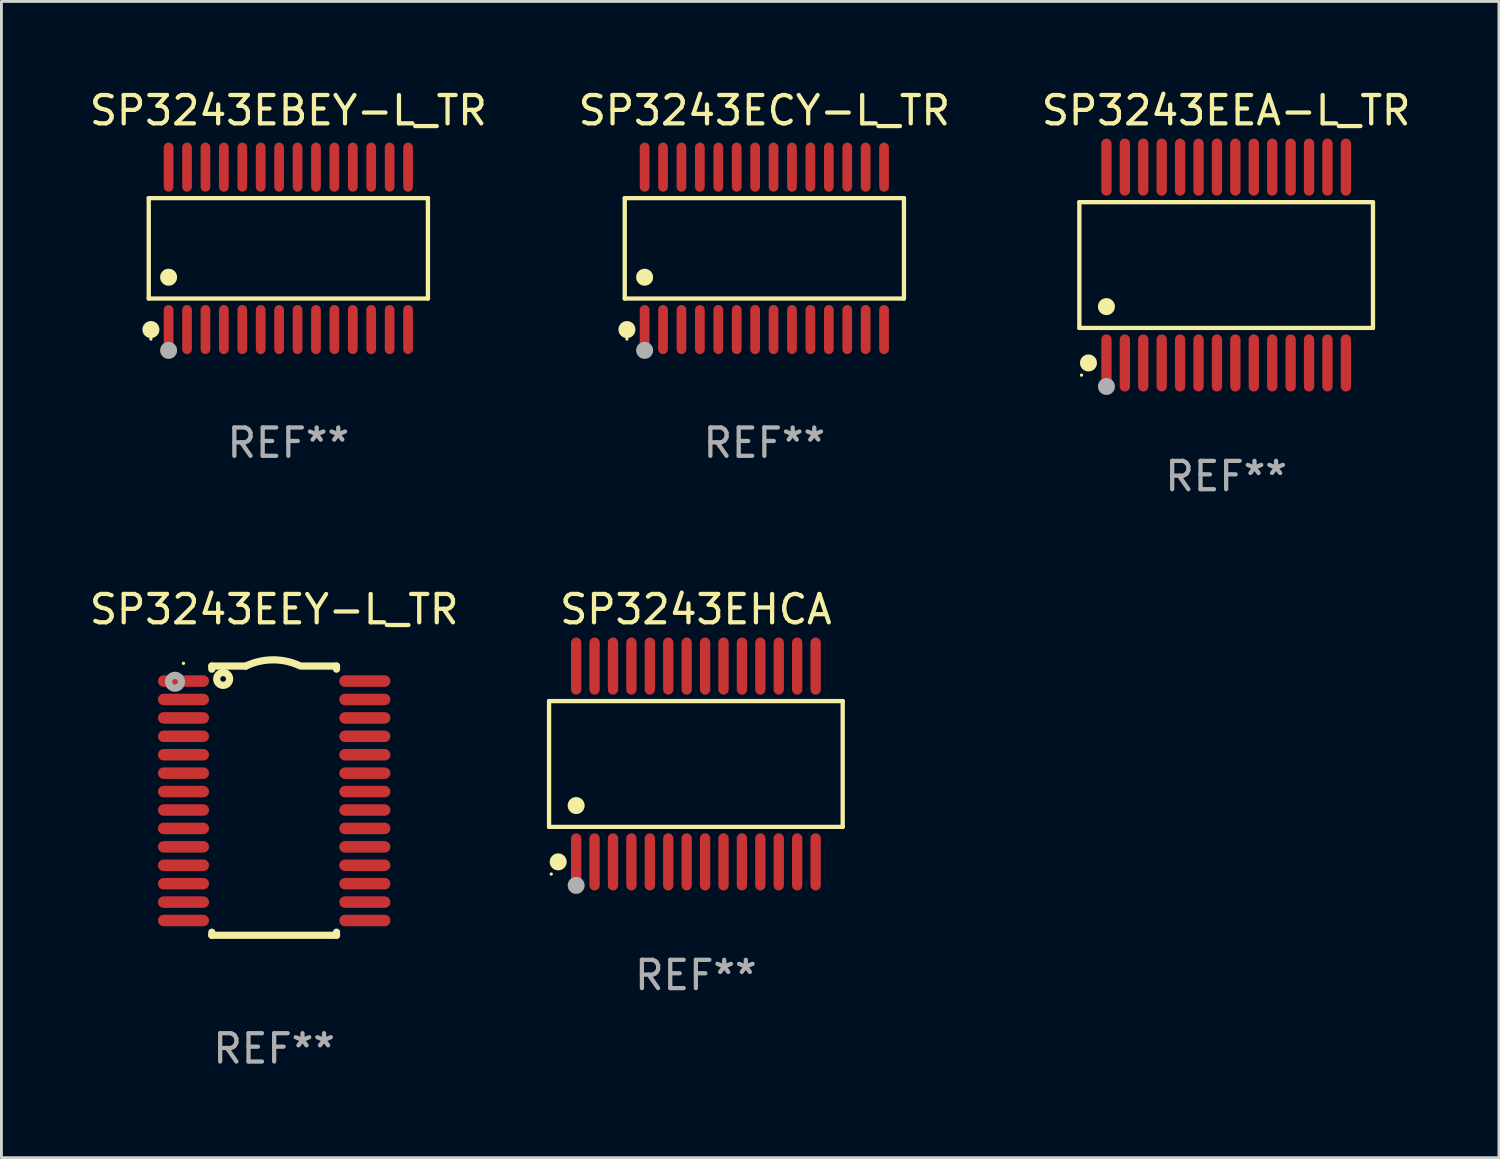
<source format=kicad_pcb>
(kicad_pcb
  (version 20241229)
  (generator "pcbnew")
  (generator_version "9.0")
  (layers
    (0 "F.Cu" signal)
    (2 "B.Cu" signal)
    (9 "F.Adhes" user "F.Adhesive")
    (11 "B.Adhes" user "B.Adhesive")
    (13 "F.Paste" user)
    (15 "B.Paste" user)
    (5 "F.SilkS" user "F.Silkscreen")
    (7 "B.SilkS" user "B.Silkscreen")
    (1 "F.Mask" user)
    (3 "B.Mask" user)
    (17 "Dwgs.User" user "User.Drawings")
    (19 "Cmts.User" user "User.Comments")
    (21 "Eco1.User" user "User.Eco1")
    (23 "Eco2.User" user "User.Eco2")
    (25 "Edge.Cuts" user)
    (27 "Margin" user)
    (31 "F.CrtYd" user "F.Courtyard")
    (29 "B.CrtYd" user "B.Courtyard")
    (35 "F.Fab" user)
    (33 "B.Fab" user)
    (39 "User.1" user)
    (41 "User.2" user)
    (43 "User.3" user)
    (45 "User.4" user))
  (footprint "SP3243EEA-L_TR"
    (layer "F.Cu")
    (at 40.22 6.303)
    (property "Reference" "SP3243EEA-L_TR" (at 0 -5.455 0) (layer "F.SilkS") (effects (font (size 1 1) (thickness 0.15))))
    (attr through_hole)
    (fp_line (start -5.181 -2.219) (end 5.181 -2.219) (stroke (width 0.152) (type solid)) (layer "F.SilkS"))
    (fp_line (start -5.181 2.219) (end -5.181 -2.219) (stroke (width 0.152) (type solid)) (layer "F.SilkS"))
    (fp_line (start 5.181 -2.219) (end 5.181 2.219) (stroke (width 0.152) (type solid)) (layer "F.SilkS"))
    (fp_line (start 5.181 2.219) (end -5.181 2.219) (stroke (width 0.152) (type solid)) (layer "F.SilkS"))
    (fp_circle (center -5.105 3.885) (end -5.075 3.885) (stroke (width 0.06) (type solid)) (fill no) (layer "F.SilkS"))
    (fp_circle (center -4.859 3.455) (end -4.709 3.455) (stroke (width 0.3) (type solid)) (fill no) (layer "F.SilkS"))
    (fp_circle (center -4.225 1.467) (end -4.075 1.467) (stroke (width 0.3) (type solid)) (fill no) (layer "F.SilkS"))
    (fp_circle (center -4.225 4.285) (end -4.075 4.285) (stroke (width 0.3) (type solid)) (fill no) (layer "F.Fab"))
    (fp_text user "REF**" (at 0 7.455 0) (layer "F.Fab") (effects (font (size 1 1) (thickness 0.15))))
    (pad "1" smd oval (at -4.225 3.455) (size 0.364 2.015) (layers "F.Cu" "F.Mask" "F.Paste"))
    (pad "2" smd oval (at -3.575 3.455) (size 0.364 2.015) (layers "F.Cu" "F.Mask" "F.Paste"))
    (pad "3" smd oval (at -2.925 3.455) (size 0.364 2.015) (layers "F.Cu" "F.Mask" "F.Paste"))
    (pad "4" smd oval (at -2.275 3.455) (size 0.364 2.015) (layers "F.Cu" "F.Mask" "F.Paste"))
    (pad "5" smd oval (at -1.625 3.455) (size 0.364 2.015) (layers "F.Cu" "F.Mask" "F.Paste"))
    (pad "6" smd oval (at -0.975 3.455) (size 0.364 2.015) (layers "F.Cu" "F.Mask" "F.Paste"))
    (pad "7" smd oval (at -0.325 3.455) (size 0.364 2.015) (layers "F.Cu" "F.Mask" "F.Paste"))
    (pad "8" smd oval (at 0.325 3.455) (size 0.364 2.015) (layers "F.Cu" "F.Mask" "F.Paste"))
    (pad "9" smd oval (at 0.975 3.455) (size 0.364 2.015) (layers "F.Cu" "F.Mask" "F.Paste"))
    (pad "10" smd oval (at 1.625 3.455) (size 0.364 2.015) (layers "F.Cu" "F.Mask" "F.Paste"))
    (pad "11" smd oval (at 2.275 3.455) (size 0.364 2.015) (layers "F.Cu" "F.Mask" "F.Paste"))
    (pad "12" smd oval (at 2.925 3.455) (size 0.364 2.015) (layers "F.Cu" "F.Mask" "F.Paste"))
    (pad "13" smd oval (at 3.575 3.455) (size 0.364 2.015) (layers "F.Cu" "F.Mask" "F.Paste"))
    (pad "14" smd oval (at 4.225 3.455) (size 0.364 2.015) (layers "F.Cu" "F.Mask" "F.Paste"))
    (pad "15" smd oval (at 4.225 -3.455) (size 0.364 2.015) (layers "F.Cu" "F.Mask" "F.Paste"))
    (pad "16" smd oval (at 3.575 -3.455) (size 0.364 2.015) (layers "F.Cu" "F.Mask" "F.Paste"))
    (pad "17" smd oval (at 2.925 -3.455) (size 0.364 2.015) (layers "F.Cu" "F.Mask" "F.Paste"))
    (pad "18" smd oval (at 2.275 -3.455) (size 0.364 2.015) (layers "F.Cu" "F.Mask" "F.Paste"))
    (pad "19" smd oval (at 1.625 -3.455) (size 0.364 2.015) (layers "F.Cu" "F.Mask" "F.Paste"))
    (pad "20" smd oval (at 0.975 -3.455) (size 0.364 2.015) (layers "F.Cu" "F.Mask" "F.Paste"))
    (pad "21" smd oval (at 0.325 -3.455) (size 0.364 2.015) (layers "F.Cu" "F.Mask" "F.Paste"))
    (pad "22" smd oval (at -0.325 -3.455) (size 0.364 2.015) (layers "F.Cu" "F.Mask" "F.Paste"))
    (pad "23" smd oval (at -0.975 -3.455) (size 0.364 2.015) (layers "F.Cu" "F.Mask" "F.Paste"))
    (pad "24" smd oval (at -1.625 -3.455) (size 0.364 2.015) (layers "F.Cu" "F.Mask" "F.Paste"))
    (pad "25" smd oval (at -2.275 -3.455) (size 0.364 2.015) (layers "F.Cu" "F.Mask" "F.Paste"))
    (pad "26" smd oval (at -2.925 -3.455) (size 0.364 2.015) (layers "F.Cu" "F.Mask" "F.Paste"))
    (pad "27" smd oval (at -3.575 -3.455) (size 0.364 2.015) (layers "F.Cu" "F.Mask" "F.Paste"))
    (pad "28" smd oval (at -4.225 -3.455) (size 0.364 2.015) (layers "F.Cu" "F.Mask" "F.Paste")))
  (footprint "SP3243EHCA"
    (layer "F.Cu")
    (at 21.507 23.91)
    (property "Reference" "SP3243EHCA" (at 0 -5.455 0) (layer "F.SilkS") (effects (font (size 1 1) (thickness 0.15))))
    (attr through_hole)
    (fp_line (start -5.181 -2.219) (end 5.181 -2.219) (stroke (width 0.152) (type solid)) (layer "F.SilkS"))
    (fp_line (start -5.181 2.219) (end -5.181 -2.219) (stroke (width 0.152) (type solid)) (layer "F.SilkS"))
    (fp_line (start 5.181 -2.219) (end 5.181 2.219) (stroke (width 0.152) (type solid)) (layer "F.SilkS"))
    (fp_line (start 5.181 2.219) (end -5.181 2.219) (stroke (width 0.152) (type solid)) (layer "F.SilkS"))
    (fp_circle (center -5.105 3.885) (end -5.075 3.885) (stroke (width 0.06) (type solid)) (fill no) (layer "F.SilkS"))
    (fp_circle (center -4.859 3.455) (end -4.709 3.455) (stroke (width 0.3) (type solid)) (fill no) (layer "F.SilkS"))
    (fp_circle (center -4.225 1.467) (end -4.075 1.467) (stroke (width 0.3) (type solid)) (fill no) (layer "F.SilkS"))
    (fp_circle (center -4.225 4.285) (end -4.075 4.285) (stroke (width 0.3) (type solid)) (fill no) (layer "F.Fab"))
    (fp_text user "REF**" (at 0 7.455 0) (layer "F.Fab") (effects (font (size 1 1) (thickness 0.15))))
    (pad "1" smd oval (at -4.225 3.455) (size 0.364 2.015) (layers "F.Cu" "F.Mask" "F.Paste"))
    (pad "2" smd oval (at -3.575 3.455) (size 0.364 2.015) (layers "F.Cu" "F.Mask" "F.Paste"))
    (pad "3" smd oval (at -2.925 3.455) (size 0.364 2.015) (layers "F.Cu" "F.Mask" "F.Paste"))
    (pad "4" smd oval (at -2.275 3.455) (size 0.364 2.015) (layers "F.Cu" "F.Mask" "F.Paste"))
    (pad "5" smd oval (at -1.625 3.455) (size 0.364 2.015) (layers "F.Cu" "F.Mask" "F.Paste"))
    (pad "6" smd oval (at -0.975 3.455) (size 0.364 2.015) (layers "F.Cu" "F.Mask" "F.Paste"))
    (pad "7" smd oval (at -0.325 3.455) (size 0.364 2.015) (layers "F.Cu" "F.Mask" "F.Paste"))
    (pad "8" smd oval (at 0.325 3.455) (size 0.364 2.015) (layers "F.Cu" "F.Mask" "F.Paste"))
    (pad "9" smd oval (at 0.975 3.455) (size 0.364 2.015) (layers "F.Cu" "F.Mask" "F.Paste"))
    (pad "10" smd oval (at 1.625 3.455) (size 0.364 2.015) (layers "F.Cu" "F.Mask" "F.Paste"))
    (pad "11" smd oval (at 2.275 3.455) (size 0.364 2.015) (layers "F.Cu" "F.Mask" "F.Paste"))
    (pad "12" smd oval (at 2.925 3.455) (size 0.364 2.015) (layers "F.Cu" "F.Mask" "F.Paste"))
    (pad "13" smd oval (at 3.575 3.455) (size 0.364 2.015) (layers "F.Cu" "F.Mask" "F.Paste"))
    (pad "14" smd oval (at 4.225 3.455) (size 0.364 2.015) (layers "F.Cu" "F.Mask" "F.Paste"))
    (pad "15" smd oval (at 4.225 -3.455) (size 0.364 2.015) (layers "F.Cu" "F.Mask" "F.Paste"))
    (pad "16" smd oval (at 3.575 -3.455) (size 0.364 2.015) (layers "F.Cu" "F.Mask" "F.Paste"))
    (pad "17" smd oval (at 2.925 -3.455) (size 0.364 2.015) (layers "F.Cu" "F.Mask" "F.Paste"))
    (pad "18" smd oval (at 2.275 -3.455) (size 0.364 2.015) (layers "F.Cu" "F.Mask" "F.Paste"))
    (pad "19" smd oval (at 1.625 -3.455) (size 0.364 2.015) (layers "F.Cu" "F.Mask" "F.Paste"))
    (pad "20" smd oval (at 0.975 -3.455) (size 0.364 2.015) (layers "F.Cu" "F.Mask" "F.Paste"))
    (pad "21" smd oval (at 0.325 -3.455) (size 0.364 2.015) (layers "F.Cu" "F.Mask" "F.Paste"))
    (pad "22" smd oval (at -0.325 -3.455) (size 0.364 2.015) (layers "F.Cu" "F.Mask" "F.Paste"))
    (pad "23" smd oval (at -0.975 -3.455) (size 0.364 2.015) (layers "F.Cu" "F.Mask" "F.Paste"))
    (pad "24" smd oval (at -1.625 -3.455) (size 0.364 2.015) (layers "F.Cu" "F.Mask" "F.Paste"))
    (pad "25" smd oval (at -2.275 -3.455) (size 0.364 2.015) (layers "F.Cu" "F.Mask" "F.Paste"))
    (pad "26" smd oval (at -2.925 -3.455) (size 0.364 2.015) (layers "F.Cu" "F.Mask" "F.Paste"))
    (pad "27" smd oval (at -3.575 -3.455) (size 0.364 2.015) (layers "F.Cu" "F.Mask" "F.Paste"))
    (pad "28" smd oval (at -4.225 -3.455) (size 0.364 2.015) (layers "F.Cu" "F.Mask" "F.Paste")))
  (footprint "SP3243EBEY-L_TR"
    (layer "F.Cu")
    (at 7.125 5.714)
    (property "Reference" "SP3243EBEY-L_TR" (at 0 -4.866 0) (layer "F.SilkS") (effects (font (size 1 1) (thickness 0.15))))
    (attr through_hole)
    (fp_line (start -4.926 -1.772) (end 4.926 -1.772) (stroke (width 0.152) (type solid)) (layer "F.SilkS"))
    (fp_line (start -4.926 1.771) (end -4.926 -1.772) (stroke (width 0.152) (type solid)) (layer "F.SilkS"))
    (fp_line (start 4.926 -1.772) (end 4.926 1.771) (stroke (width 0.152) (type solid)) (layer "F.SilkS"))
    (fp_line (start 4.926 1.771) (end -4.926 1.771) (stroke (width 0.152) (type solid)) (layer "F.SilkS"))
    (fp_circle (center -4.85 3.2) (end -4.82 3.2) (stroke (width 0.06) (type solid)) (fill no) (layer "F.SilkS"))
    (fp_circle (center -4.849 2.866) (end -4.699 2.866) (stroke (width 0.3) (type solid)) (fill no) (layer "F.SilkS"))
    (fp_circle (center -4.225 1.019) (end -4.075 1.019) (stroke (width 0.3) (type solid)) (fill no) (layer "F.SilkS"))
    (fp_circle (center -4.225 3.6) (end -4.075 3.6) (stroke (width 0.3) (type solid)) (fill no) (layer "F.Fab"))
    (fp_text user "REF**" (at 0 6.866 0) (layer "F.Fab") (effects (font (size 1 1) (thickness 0.15))))
    (pad "1" smd oval (at -4.225 2.866) (size 0.343 1.731) (layers "F.Cu" "F.Mask" "F.Paste"))
    (pad "2" smd oval (at -3.575 2.866) (size 0.343 1.731) (layers "F.Cu" "F.Mask" "F.Paste"))
    (pad "3" smd oval (at -2.925 2.866) (size 0.343 1.731) (layers "F.Cu" "F.Mask" "F.Paste"))
    (pad "4" smd oval (at -2.275 2.866) (size 0.343 1.731) (layers "F.Cu" "F.Mask" "F.Paste"))
    (pad "5" smd oval (at -1.625 2.866) (size 0.343 1.731) (layers "F.Cu" "F.Mask" "F.Paste"))
    (pad "6" smd oval (at -0.975 2.866) (size 0.343 1.731) (layers "F.Cu" "F.Mask" "F.Paste"))
    (pad "7" smd oval (at -0.325 2.866) (size 0.343 1.731) (layers "F.Cu" "F.Mask" "F.Paste"))
    (pad "8" smd oval (at 0.325 2.866) (size 0.343 1.731) (layers "F.Cu" "F.Mask" "F.Paste"))
    (pad "9" smd oval (at 0.975 2.866) (size 0.343 1.731) (layers "F.Cu" "F.Mask" "F.Paste"))
    (pad "10" smd oval (at 1.625 2.866) (size 0.343 1.731) (layers "F.Cu" "F.Mask" "F.Paste"))
    (pad "11" smd oval (at 2.275 2.866) (size 0.343 1.731) (layers "F.Cu" "F.Mask" "F.Paste"))
    (pad "12" smd oval (at 2.925 2.866) (size 0.343 1.731) (layers "F.Cu" "F.Mask" "F.Paste"))
    (pad "13" smd oval (at 3.575 2.866) (size 0.343 1.731) (layers "F.Cu" "F.Mask" "F.Paste"))
    (pad "14" smd oval (at 4.225 2.866) (size 0.343 1.731) (layers "F.Cu" "F.Mask" "F.Paste"))
    (pad "15" smd oval (at 4.225 -2.866) (size 0.343 1.731) (layers "F.Cu" "F.Mask" "F.Paste"))
    (pad "16" smd oval (at 3.575 -2.866) (size 0.343 1.731) (layers "F.Cu" "F.Mask" "F.Paste"))
    (pad "17" smd oval (at 2.925 -2.866) (size 0.343 1.731) (layers "F.Cu" "F.Mask" "F.Paste"))
    (pad "18" smd oval (at 2.275 -2.866) (size 0.343 1.731) (layers "F.Cu" "F.Mask" "F.Paste"))
    (pad "19" smd oval (at 1.625 -2.866) (size 0.343 1.731) (layers "F.Cu" "F.Mask" "F.Paste"))
    (pad "20" smd oval (at 0.975 -2.866) (size 0.343 1.731) (layers "F.Cu" "F.Mask" "F.Paste"))
    (pad "21" smd oval (at 0.325 -2.866) (size 0.343 1.731) (layers "F.Cu" "F.Mask" "F.Paste"))
    (pad "22" smd oval (at -0.325 -2.866) (size 0.343 1.731) (layers "F.Cu" "F.Mask" "F.Paste"))
    (pad "23" smd oval (at -0.975 -2.866) (size 0.343 1.731) (layers "F.Cu" "F.Mask" "F.Paste"))
    (pad "24" smd oval (at -1.625 -2.866) (size 0.343 1.731) (layers "F.Cu" "F.Mask" "F.Paste"))
    (pad "25" smd oval (at -2.275 -2.866) (size 0.343 1.731) (layers "F.Cu" "F.Mask" "F.Paste"))
    (pad "26" smd oval (at -2.925 -2.866) (size 0.343 1.731) (layers "F.Cu" "F.Mask" "F.Paste"))
    (pad "27" smd oval (at -3.575 -2.866) (size 0.343 1.731) (layers "F.Cu" "F.Mask" "F.Paste"))
    (pad "28" smd oval (at -4.225 -2.866) (size 0.343 1.731) (layers "F.Cu" "F.Mask" "F.Paste")))
  (footprint "SP3243ECY-L_TR"
    (layer "F.Cu")
    (at 23.923 5.714)
    (property "Reference" "SP3243ECY-L_TR" (at 0 -4.866 0) (layer "F.SilkS") (effects (font (size 1 1) (thickness 0.15))))
    (attr through_hole)
    (fp_line (start -4.926 -1.772) (end 4.926 -1.772) (stroke (width 0.152) (type solid)) (layer "F.SilkS"))
    (fp_line (start -4.926 1.771) (end -4.926 -1.772) (stroke (width 0.152) (type solid)) (layer "F.SilkS"))
    (fp_line (start 4.926 -1.772) (end 4.926 1.771) (stroke (width 0.152) (type solid)) (layer "F.SilkS"))
    (fp_line (start 4.926 1.771) (end -4.926 1.771) (stroke (width 0.152) (type solid)) (layer "F.SilkS"))
    (fp_circle (center -4.85 3.2) (end -4.82 3.2) (stroke (width 0.06) (type solid)) (fill no) (layer "F.SilkS"))
    (fp_circle (center -4.849 2.866) (end -4.699 2.866) (stroke (width 0.3) (type solid)) (fill no) (layer "F.SilkS"))
    (fp_circle (center -4.225 1.019) (end -4.075 1.019) (stroke (width 0.3) (type solid)) (fill no) (layer "F.SilkS"))
    (fp_circle (center -4.225 3.6) (end -4.075 3.6) (stroke (width 0.3) (type solid)) (fill no) (layer "F.Fab"))
    (fp_text user "REF**" (at 0 6.866 0) (layer "F.Fab") (effects (font (size 1 1) (thickness 0.15))))
    (pad "1" smd oval (at -4.225 2.866) (size 0.343 1.731) (layers "F.Cu" "F.Mask" "F.Paste"))
    (pad "2" smd oval (at -3.575 2.866) (size 0.343 1.731) (layers "F.Cu" "F.Mask" "F.Paste"))
    (pad "3" smd oval (at -2.925 2.866) (size 0.343 1.731) (layers "F.Cu" "F.Mask" "F.Paste"))
    (pad "4" smd oval (at -2.275 2.866) (size 0.343 1.731) (layers "F.Cu" "F.Mask" "F.Paste"))
    (pad "5" smd oval (at -1.625 2.866) (size 0.343 1.731) (layers "F.Cu" "F.Mask" "F.Paste"))
    (pad "6" smd oval (at -0.975 2.866) (size 0.343 1.731) (layers "F.Cu" "F.Mask" "F.Paste"))
    (pad "7" smd oval (at -0.325 2.866) (size 0.343 1.731) (layers "F.Cu" "F.Mask" "F.Paste"))
    (pad "8" smd oval (at 0.325 2.866) (size 0.343 1.731) (layers "F.Cu" "F.Mask" "F.Paste"))
    (pad "9" smd oval (at 0.975 2.866) (size 0.343 1.731) (layers "F.Cu" "F.Mask" "F.Paste"))
    (pad "10" smd oval (at 1.625 2.866) (size 0.343 1.731) (layers "F.Cu" "F.Mask" "F.Paste"))
    (pad "11" smd oval (at 2.275 2.866) (size 0.343 1.731) (layers "F.Cu" "F.Mask" "F.Paste"))
    (pad "12" smd oval (at 2.925 2.866) (size 0.343 1.731) (layers "F.Cu" "F.Mask" "F.Paste"))
    (pad "13" smd oval (at 3.575 2.866) (size 0.343 1.731) (layers "F.Cu" "F.Mask" "F.Paste"))
    (pad "14" smd oval (at 4.225 2.866) (size 0.343 1.731) (layers "F.Cu" "F.Mask" "F.Paste"))
    (pad "15" smd oval (at 4.225 -2.866) (size 0.343 1.731) (layers "F.Cu" "F.Mask" "F.Paste"))
    (pad "16" smd oval (at 3.575 -2.866) (size 0.343 1.731) (layers "F.Cu" "F.Mask" "F.Paste"))
    (pad "17" smd oval (at 2.925 -2.866) (size 0.343 1.731) (layers "F.Cu" "F.Mask" "F.Paste"))
    (pad "18" smd oval (at 2.275 -2.866) (size 0.343 1.731) (layers "F.Cu" "F.Mask" "F.Paste"))
    (pad "19" smd oval (at 1.625 -2.866) (size 0.343 1.731) (layers "F.Cu" "F.Mask" "F.Paste"))
    (pad "20" smd oval (at 0.975 -2.866) (size 0.343 1.731) (layers "F.Cu" "F.Mask" "F.Paste"))
    (pad "21" smd oval (at 0.325 -2.866) (size 0.343 1.731) (layers "F.Cu" "F.Mask" "F.Paste"))
    (pad "22" smd oval (at -0.325 -2.866) (size 0.343 1.731) (layers "F.Cu" "F.Mask" "F.Paste"))
    (pad "23" smd oval (at -0.975 -2.866) (size 0.343 1.731) (layers "F.Cu" "F.Mask" "F.Paste"))
    (pad "24" smd oval (at -1.625 -2.866) (size 0.343 1.731) (layers "F.Cu" "F.Mask" "F.Paste"))
    (pad "25" smd oval (at -2.275 -2.866) (size 0.343 1.731) (layers "F.Cu" "F.Mask" "F.Paste"))
    (pad "26" smd oval (at -2.925 -2.866) (size 0.343 1.731) (layers "F.Cu" "F.Mask" "F.Paste"))
    (pad "27" smd oval (at -3.575 -2.866) (size 0.343 1.731) (layers "F.Cu" "F.Mask" "F.Paste"))
    (pad "28" smd oval (at -4.225 -2.866) (size 0.343 1.731) (layers "F.Cu" "F.Mask" "F.Paste")))
  (footprint "SP3243EEY-L_TR"
    (layer "F.Cu")
    (at 6.625 25.205)
    (property "Reference" "SP3243EEY-L_TR" (at 0 -6.75 0) (layer "F.SilkS") (effects (font (size 1 1) (thickness 0.15))))
    (attr through_hole)
    (fp_line (start -2.2 -4.75) (end -2.2 -4.641) (stroke (width 0.254) (type solid)) (layer "F.SilkS"))
    (fp_line (start -2.2 -4.75) (end -1 -4.75) (stroke (width 0.254) (type solid)) (layer "F.SilkS"))
    (fp_line (start -2.2 4.641) (end -2.2 4.75) (stroke (width 0.254) (type solid)) (layer "F.SilkS"))
    (fp_line (start -2.2 4.75) (end 2.2 4.75) (stroke (width 0.254) (type solid)) (layer "F.SilkS"))
    (fp_line (start 2.2 -4.75) (end 1 -4.75) (stroke (width 0.254) (type solid)) (layer "F.SilkS"))
    (fp_line (start 2.2 -4.75) (end 2.2 -4.641) (stroke (width 0.254) (type solid)) (layer "F.SilkS"))
    (fp_line (start 2.2 4.641) (end 2.2 4.75) (stroke (width 0.254) (type solid)) (layer "F.SilkS"))
    (fp_arc (start -1.000025 -4.750013) (mid -0.040073 -4.969719) (end 0.920777 -4.753975) (stroke (width 0.254001) (type solid)) (layer "F.SilkS"))
    (fp_circle (center -3.2 -4.846) (end -3.17 -4.846) (stroke (width 0.06) (type solid)) (fill no) (layer "F.SilkS"))
    (fp_circle (center -1.8 -4.296) (end -1.7 -4.296) (stroke (width 0.254) (type solid)) (fill no) (layer "F.SilkS"))
    (fp_circle (center -3.5 -4.196) (end -3.4 -4.196) (stroke (width 0.254) (type solid)) (fill no) (layer "F.Fab"))
    (fp_text user "REF**" (at 0 8.75 0) (layer "F.Fab") (effects (font (size 1 1) (thickness 0.15))))
    (pad "1" smd oval (at -3.2 -4.221) (size 1.803 0.406) (layers "F.Cu" "F.Mask" "F.Paste"))
    (pad "2" smd oval (at -3.2 -3.571) (size 1.803 0.406) (layers "F.Cu" "F.Mask" "F.Paste"))
    (pad "3" smd oval (at -3.2 -2.921) (size 1.803 0.406) (layers "F.Cu" "F.Mask" "F.Paste"))
    (pad "4" smd oval (at -3.2 -2.271) (size 1.803 0.406) (layers "F.Cu" "F.Mask" "F.Paste"))
    (pad "5" smd oval (at -3.2 -1.621) (size 1.803 0.406) (layers "F.Cu" "F.Mask" "F.Paste"))
    (pad "6" smd oval (at -3.2 -0.971) (size 1.803 0.406) (layers "F.Cu" "F.Mask" "F.Paste"))
    (pad "7" smd oval (at -3.2 -0.321) (size 1.803 0.406) (layers "F.Cu" "F.Mask" "F.Paste"))
    (pad "8" smd oval (at -3.2 0.329) (size 1.803 0.406) (layers "F.Cu" "F.Mask" "F.Paste"))
    (pad "9" smd oval (at -3.2 0.979) (size 1.803 0.406) (layers "F.Cu" "F.Mask" "F.Paste"))
    (pad "10" smd oval (at -3.2 1.629) (size 1.803 0.406) (layers "F.Cu" "F.Mask" "F.Paste"))
    (pad "11" smd oval (at -3.2 2.279) (size 1.803 0.406) (layers "F.Cu" "F.Mask" "F.Paste"))
    (pad "12" smd oval (at -3.2 2.929) (size 1.803 0.406) (layers "F.Cu" "F.Mask" "F.Paste"))
    (pad "13" smd oval (at -3.2 3.579) (size 1.803 0.406) (layers "F.Cu" "F.Mask" "F.Paste"))
    (pad "14" smd oval (at -3.2 4.229) (size 1.803 0.406) (layers "F.Cu" "F.Mask" "F.Paste"))
    (pad "15" smd oval (at 3.2 4.229) (size 1.803 0.406) (layers "F.Cu" "F.Mask" "F.Paste"))
    (pad "16" smd oval (at 3.2 3.579) (size 1.803 0.406) (layers "F.Cu" "F.Mask" "F.Paste"))
    (pad "17" smd oval (at 3.2 2.929) (size 1.803 0.406) (layers "F.Cu" "F.Mask" "F.Paste"))
    (pad "18" smd oval (at 3.2 2.279) (size 1.803 0.406) (layers "F.Cu" "F.Mask" "F.Paste"))
    (pad "19" smd oval (at 3.2 1.629) (size 1.803 0.406) (layers "F.Cu" "F.Mask" "F.Paste"))
    (pad "20" smd oval (at 3.2 0.979) (size 1.803 0.406) (layers "F.Cu" "F.Mask" "F.Paste"))
    (pad "21" smd oval (at 3.2 0.329) (size 1.803 0.406) (layers "F.Cu" "F.Mask" "F.Paste"))
    (pad "22" smd oval (at 3.2 -0.321) (size 1.803 0.406) (layers "F.Cu" "F.Mask" "F.Paste"))
    (pad "23" smd oval (at 3.2 -0.971) (size 1.803 0.406) (layers "F.Cu" "F.Mask" "F.Paste"))
    (pad "24" smd oval (at 3.2 -1.621) (size 1.803 0.406) (layers "F.Cu" "F.Mask" "F.Paste"))
    (pad "25" smd oval (at 3.2 -2.271) (size 1.803 0.406) (layers "F.Cu" "F.Mask" "F.Paste"))
    (pad "26" smd oval (at 3.2 -2.921) (size 1.803 0.406) (layers "F.Cu" "F.Mask" "F.Paste"))
    (pad "27" smd oval (at 3.2 -3.571) (size 1.803 0.406) (layers "F.Cu" "F.Mask" "F.Paste"))
    (pad "28" smd oval (at 3.2 -4.221) (size 1.803 0.406) (layers "F.Cu" "F.Mask" "F.Paste")))
  (gr_rect
    (start -3 -3)
    (end 49.845 37.803)
    (stroke (width 0.1) (type default))
    (fill no)
    (layer "Edge.Cuts")))
</source>
